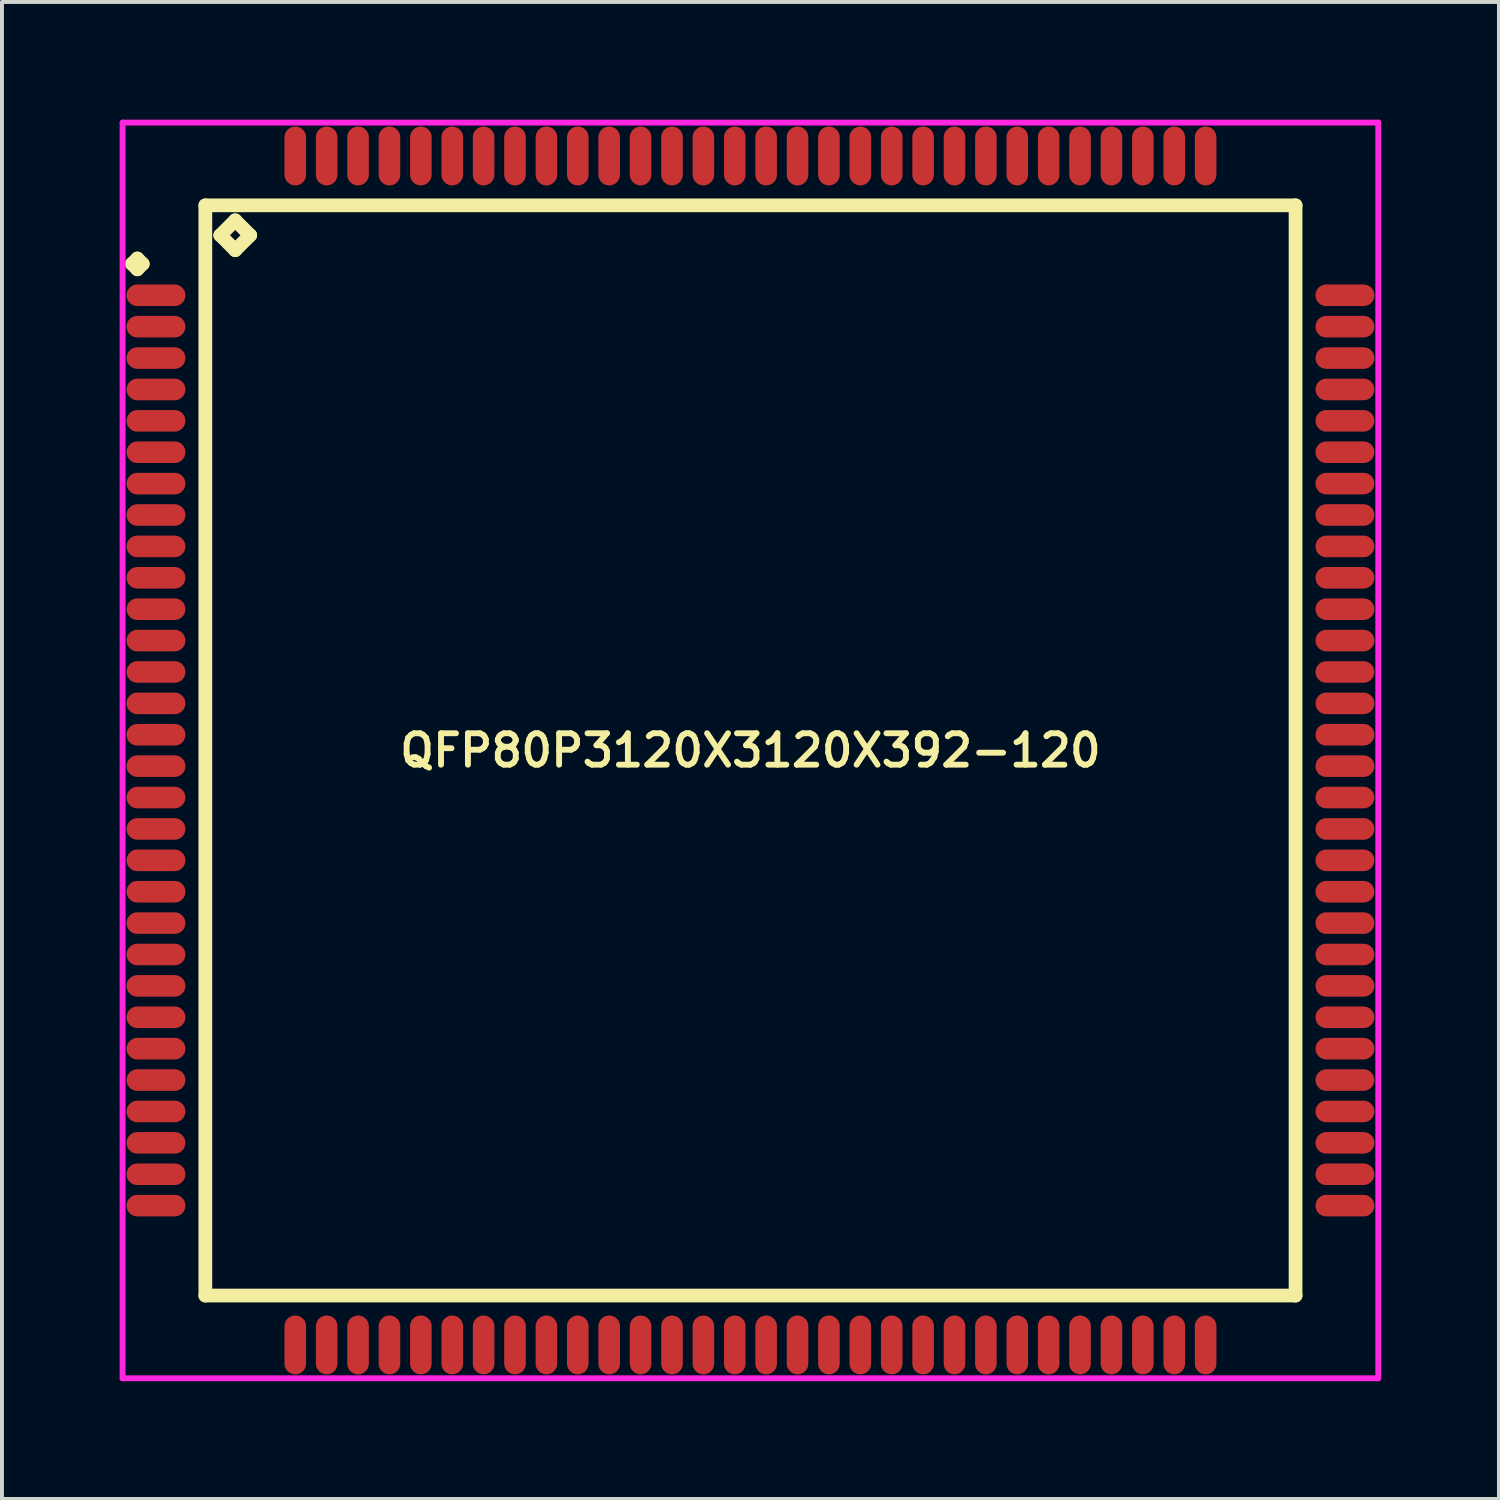
<source format=kicad_pcb>
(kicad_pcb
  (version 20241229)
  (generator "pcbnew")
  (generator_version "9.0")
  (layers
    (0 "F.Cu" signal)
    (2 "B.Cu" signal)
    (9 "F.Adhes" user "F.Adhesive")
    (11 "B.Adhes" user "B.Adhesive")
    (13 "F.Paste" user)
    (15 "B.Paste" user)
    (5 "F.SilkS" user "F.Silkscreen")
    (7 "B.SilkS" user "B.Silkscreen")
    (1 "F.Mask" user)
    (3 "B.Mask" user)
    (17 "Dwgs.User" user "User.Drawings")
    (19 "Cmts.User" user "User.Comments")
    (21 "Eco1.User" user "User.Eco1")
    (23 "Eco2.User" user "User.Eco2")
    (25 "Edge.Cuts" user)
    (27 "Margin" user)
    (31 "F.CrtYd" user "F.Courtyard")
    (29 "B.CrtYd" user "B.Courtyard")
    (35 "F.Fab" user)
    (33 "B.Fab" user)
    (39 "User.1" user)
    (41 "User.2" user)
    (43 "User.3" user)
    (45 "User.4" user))
  (footprint "QFP80P3120X3120X392-120"
    (layer "F.Cu")
    (at 16.075 16.075)
    (property "Reference" "QFP80P3120X3120X392-120" (at 0 0 0) (layer "F.SilkS") (effects (font (size 0.8 0.8) (thickness 0.15))))
    (attr through_hole)
    (fp_line (start -15.762 -12.4) (end -15.625 -12.537) (stroke (width 0.35) (type solid)) (layer "F.SilkS"))
    (fp_line (start -15.625 -12.537) (end -15.488 -12.4) (stroke (width 0.35) (type solid)) (layer "F.SilkS"))
    (fp_line (start -15.625 -12.262) (end -15.762 -12.4) (stroke (width 0.35) (type solid)) (layer "F.SilkS"))
    (fp_line (start -15.488 -12.4) (end -15.625 -12.262) (stroke (width 0.35) (type solid)) (layer "F.SilkS"))
    (fp_line (start -13.892 -13.892) (end -13.892 13.892) (stroke (width 0.35) (type solid)) (layer "F.SilkS"))
    (fp_line (start -13.892 13.892) (end 13.892 13.892) (stroke (width 0.35) (type solid)) (layer "F.SilkS"))
    (fp_line (start -13.511 -13.13) (end -13.13 -13.511) (stroke (width 0.35) (type solid)) (layer "F.SilkS"))
    (fp_line (start -13.13 -13.511) (end -12.749 -13.13) (stroke (width 0.35) (type solid)) (layer "F.SilkS"))
    (fp_line (start -13.13 -12.749) (end -13.511 -13.13) (stroke (width 0.35) (type solid)) (layer "F.SilkS"))
    (fp_line (start -12.749 -13.13) (end -13.13 -12.749) (stroke (width 0.35) (type solid)) (layer "F.SilkS"))
    (fp_line (start 13.892 -13.892) (end -13.892 -13.892) (stroke (width 0.35) (type solid)) (layer "F.SilkS"))
    (fp_line (start 13.892 13.892) (end 13.892 -13.892) (stroke (width 0.35) (type solid)) (layer "F.SilkS"))
    (fp_line (start -16 -16) (end 16 -16) (stroke (width 0.15) (type solid)) (layer "F.CrtYd"))
    (fp_line (start -16 16) (end -16 -16) (stroke (width 0.15) (type solid)) (layer "F.CrtYd"))
    (fp_line (start 16 -16) (end 16 16) (stroke (width 0.15) (type solid)) (layer "F.CrtYd"))
    (fp_line (start 16 16) (end -16 16) (stroke (width 0.15) (type solid)) (layer "F.CrtYd"))
    (pad "1" smd oval (at -15.15 -11.6) (size 1.5 0.55) (layers "F.Cu" "F.Mask" "F.Paste"))
    (pad "2" smd oval (at -15.15 -10.8) (size 1.5 0.55) (layers "F.Cu" "F.Mask" "F.Paste"))
    (pad "3" smd oval (at -15.15 -10) (size 1.5 0.55) (layers "F.Cu" "F.Mask" "F.Paste"))
    (pad "4" smd oval (at -15.15 -9.2) (size 1.5 0.55) (layers "F.Cu" "F.Mask" "F.Paste"))
    (pad "5" smd oval (at -15.15 -8.4) (size 1.5 0.55) (layers "F.Cu" "F.Mask" "F.Paste"))
    (pad "6" smd oval (at -15.15 -7.6) (size 1.5 0.55) (layers "F.Cu" "F.Mask" "F.Paste"))
    (pad "7" smd oval (at -15.15 -6.8) (size 1.5 0.55) (layers "F.Cu" "F.Mask" "F.Paste"))
    (pad "8" smd oval (at -15.15 -6) (size 1.5 0.55) (layers "F.Cu" "F.Mask" "F.Paste"))
    (pad "9" smd oval (at -15.15 -5.2) (size 1.5 0.55) (layers "F.Cu" "F.Mask" "F.Paste"))
    (pad "10" smd oval (at -15.15 -4.4) (size 1.5 0.55) (layers "F.Cu" "F.Mask" "F.Paste"))
    (pad "11" smd oval (at -15.15 -3.6) (size 1.5 0.55) (layers "F.Cu" "F.Mask" "F.Paste"))
    (pad "12" smd oval (at -15.15 -2.8) (size 1.5 0.55) (layers "F.Cu" "F.Mask" "F.Paste"))
    (pad "13" smd oval (at -15.15 -2) (size 1.5 0.55) (layers "F.Cu" "F.Mask" "F.Paste"))
    (pad "14" smd oval (at -15.15 -1.2) (size 1.5 0.55) (layers "F.Cu" "F.Mask" "F.Paste"))
    (pad "15" smd oval (at -15.15 -0.4) (size 1.5 0.55) (layers "F.Cu" "F.Mask" "F.Paste"))
    (pad "16" smd oval (at -15.15 0.4) (size 1.5 0.55) (layers "F.Cu" "F.Mask" "F.Paste"))
    (pad "17" smd oval (at -15.15 1.2) (size 1.5 0.55) (layers "F.Cu" "F.Mask" "F.Paste"))
    (pad "18" smd oval (at -15.15 2) (size 1.5 0.55) (layers "F.Cu" "F.Mask" "F.Paste"))
    (pad "19" smd oval (at -15.15 2.8) (size 1.5 0.55) (layers "F.Cu" "F.Mask" "F.Paste"))
    (pad "20" smd oval (at -15.15 3.6) (size 1.5 0.55) (layers "F.Cu" "F.Mask" "F.Paste"))
    (pad "21" smd oval (at -15.15 4.4) (size 1.5 0.55) (layers "F.Cu" "F.Mask" "F.Paste"))
    (pad "22" smd oval (at -15.15 5.2) (size 1.5 0.55) (layers "F.Cu" "F.Mask" "F.Paste"))
    (pad "23" smd oval (at -15.15 6) (size 1.5 0.55) (layers "F.Cu" "F.Mask" "F.Paste"))
    (pad "24" smd oval (at -15.15 6.8) (size 1.5 0.55) (layers "F.Cu" "F.Mask" "F.Paste"))
    (pad "25" smd oval (at -15.15 7.6) (size 1.5 0.55) (layers "F.Cu" "F.Mask" "F.Paste"))
    (pad "26" smd oval (at -15.15 8.4) (size 1.5 0.55) (layers "F.Cu" "F.Mask" "F.Paste"))
    (pad "27" smd oval (at -15.15 9.2) (size 1.5 0.55) (layers "F.Cu" "F.Mask" "F.Paste"))
    (pad "28" smd oval (at -15.15 10) (size 1.5 0.55) (layers "F.Cu" "F.Mask" "F.Paste"))
    (pad "29" smd oval (at -15.15 10.8) (size 1.5 0.55) (layers "F.Cu" "F.Mask" "F.Paste"))
    (pad "30" smd oval (at -15.15 11.6) (size 1.5 0.55) (layers "F.Cu" "F.Mask" "F.Paste"))
    (pad "31" smd oval (at -11.6 15.15) (size 0.55 1.5) (layers "F.Cu" "F.Mask" "F.Paste"))
    (pad "32" smd oval (at -10.8 15.15) (size 0.55 1.5) (layers "F.Cu" "F.Mask" "F.Paste"))
    (pad "33" smd oval (at -10 15.15) (size 0.55 1.5) (layers "F.Cu" "F.Mask" "F.Paste"))
    (pad "34" smd oval (at -9.2 15.15) (size 0.55 1.5) (layers "F.Cu" "F.Mask" "F.Paste"))
    (pad "35" smd oval (at -8.4 15.15) (size 0.55 1.5) (layers "F.Cu" "F.Mask" "F.Paste"))
    (pad "36" smd oval (at -7.6 15.15) (size 0.55 1.5) (layers "F.Cu" "F.Mask" "F.Paste"))
    (pad "37" smd oval (at -6.8 15.15) (size 0.55 1.5) (layers "F.Cu" "F.Mask" "F.Paste"))
    (pad "38" smd oval (at -6 15.15) (size 0.55 1.5) (layers "F.Cu" "F.Mask" "F.Paste"))
    (pad "39" smd oval (at -5.2 15.15) (size 0.55 1.5) (layers "F.Cu" "F.Mask" "F.Paste"))
    (pad "40" smd oval (at -4.4 15.15) (size 0.55 1.5) (layers "F.Cu" "F.Mask" "F.Paste"))
    (pad "41" smd oval (at -3.6 15.15) (size 0.55 1.5) (layers "F.Cu" "F.Mask" "F.Paste"))
    (pad "42" smd oval (at -2.8 15.15) (size 0.55 1.5) (layers "F.Cu" "F.Mask" "F.Paste"))
    (pad "43" smd oval (at -2 15.15) (size 0.55 1.5) (layers "F.Cu" "F.Mask" "F.Paste"))
    (pad "44" smd oval (at -1.2 15.15) (size 0.55 1.5) (layers "F.Cu" "F.Mask" "F.Paste"))
    (pad "45" smd oval (at -0.4 15.15) (size 0.55 1.5) (layers "F.Cu" "F.Mask" "F.Paste"))
    (pad "46" smd oval (at 0.4 15.15) (size 0.55 1.5) (layers "F.Cu" "F.Mask" "F.Paste"))
    (pad "47" smd oval (at 1.2 15.15) (size 0.55 1.5) (layers "F.Cu" "F.Mask" "F.Paste"))
    (pad "48" smd oval (at 2 15.15) (size 0.55 1.5) (layers "F.Cu" "F.Mask" "F.Paste"))
    (pad "49" smd oval (at 2.8 15.15) (size 0.55 1.5) (layers "F.Cu" "F.Mask" "F.Paste"))
    (pad "50" smd oval (at 3.6 15.15) (size 0.55 1.5) (layers "F.Cu" "F.Mask" "F.Paste"))
    (pad "51" smd oval (at 4.4 15.15) (size 0.55 1.5) (layers "F.Cu" "F.Mask" "F.Paste"))
    (pad "52" smd oval (at 5.2 15.15) (size 0.55 1.5) (layers "F.Cu" "F.Mask" "F.Paste"))
    (pad "53" smd oval (at 6 15.15) (size 0.55 1.5) (layers "F.Cu" "F.Mask" "F.Paste"))
    (pad "54" smd oval (at 6.8 15.15) (size 0.55 1.5) (layers "F.Cu" "F.Mask" "F.Paste"))
    (pad "55" smd oval (at 7.6 15.15) (size 0.55 1.5) (layers "F.Cu" "F.Mask" "F.Paste"))
    (pad "56" smd oval (at 8.4 15.15) (size 0.55 1.5) (layers "F.Cu" "F.Mask" "F.Paste"))
    (pad "57" smd oval (at 9.2 15.15) (size 0.55 1.5) (layers "F.Cu" "F.Mask" "F.Paste"))
    (pad "58" smd oval (at 10 15.15) (size 0.55 1.5) (layers "F.Cu" "F.Mask" "F.Paste"))
    (pad "59" smd oval (at 10.8 15.15) (size 0.55 1.5) (layers "F.Cu" "F.Mask" "F.Paste"))
    (pad "60" smd oval (at 11.6 15.15) (size 0.55 1.5) (layers "F.Cu" "F.Mask" "F.Paste"))
    (pad "61" smd oval (at 15.15 11.6) (size 1.5 0.55) (layers "F.Cu" "F.Mask" "F.Paste"))
    (pad "62" smd oval (at 15.15 10.8) (size 1.5 0.55) (layers "F.Cu" "F.Mask" "F.Paste"))
    (pad "63" smd oval (at 15.15 10) (size 1.5 0.55) (layers "F.Cu" "F.Mask" "F.Paste"))
    (pad "64" smd oval (at 15.15 9.2) (size 1.5 0.55) (layers "F.Cu" "F.Mask" "F.Paste"))
    (pad "65" smd oval (at 15.15 8.4) (size 1.5 0.55) (layers "F.Cu" "F.Mask" "F.Paste"))
    (pad "66" smd oval (at 15.15 7.6) (size 1.5 0.55) (layers "F.Cu" "F.Mask" "F.Paste"))
    (pad "67" smd oval (at 15.15 6.8) (size 1.5 0.55) (layers "F.Cu" "F.Mask" "F.Paste"))
    (pad "68" smd oval (at 15.15 6) (size 1.5 0.55) (layers "F.Cu" "F.Mask" "F.Paste"))
    (pad "69" smd oval (at 15.15 5.2) (size 1.5 0.55) (layers "F.Cu" "F.Mask" "F.Paste"))
    (pad "70" smd oval (at 15.15 4.4) (size 1.5 0.55) (layers "F.Cu" "F.Mask" "F.Paste"))
    (pad "71" smd oval (at 15.15 3.6) (size 1.5 0.55) (layers "F.Cu" "F.Mask" "F.Paste"))
    (pad "72" smd oval (at 15.15 2.8) (size 1.5 0.55) (layers "F.Cu" "F.Mask" "F.Paste"))
    (pad "73" smd oval (at 15.15 2) (size 1.5 0.55) (layers "F.Cu" "F.Mask" "F.Paste"))
    (pad "74" smd oval (at 15.15 1.2) (size 1.5 0.55) (layers "F.Cu" "F.Mask" "F.Paste"))
    (pad "75" smd oval (at 15.15 0.4) (size 1.5 0.55) (layers "F.Cu" "F.Mask" "F.Paste"))
    (pad "76" smd oval (at 15.15 -0.4) (size 1.5 0.55) (layers "F.Cu" "F.Mask" "F.Paste"))
    (pad "77" smd oval (at 15.15 -1.2) (size 1.5 0.55) (layers "F.Cu" "F.Mask" "F.Paste"))
    (pad "78" smd oval (at 15.15 -2) (size 1.5 0.55) (layers "F.Cu" "F.Mask" "F.Paste"))
    (pad "79" smd oval (at 15.15 -2.8) (size 1.5 0.55) (layers "F.Cu" "F.Mask" "F.Paste"))
    (pad "80" smd oval (at 15.15 -3.6) (size 1.5 0.55) (layers "F.Cu" "F.Mask" "F.Paste"))
    (pad "81" smd oval (at 15.15 -4.4) (size 1.5 0.55) (layers "F.Cu" "F.Mask" "F.Paste"))
    (pad "82" smd oval (at 15.15 -5.2) (size 1.5 0.55) (layers "F.Cu" "F.Mask" "F.Paste"))
    (pad "83" smd oval (at 15.15 -6) (size 1.5 0.55) (layers "F.Cu" "F.Mask" "F.Paste"))
    (pad "84" smd oval (at 15.15 -6.8) (size 1.5 0.55) (layers "F.Cu" "F.Mask" "F.Paste"))
    (pad "85" smd oval (at 15.15 -7.6) (size 1.5 0.55) (layers "F.Cu" "F.Mask" "F.Paste"))
    (pad "86" smd oval (at 15.15 -8.4) (size 1.5 0.55) (layers "F.Cu" "F.Mask" "F.Paste"))
    (pad "87" smd oval (at 15.15 -9.2) (size 1.5 0.55) (layers "F.Cu" "F.Mask" "F.Paste"))
    (pad "88" smd oval (at 15.15 -10) (size 1.5 0.55) (layers "F.Cu" "F.Mask" "F.Paste"))
    (pad "89" smd oval (at 15.15 -10.8) (size 1.5 0.55) (layers "F.Cu" "F.Mask" "F.Paste"))
    (pad "90" smd oval (at 15.15 -11.6) (size 1.5 0.55) (layers "F.Cu" "F.Mask" "F.Paste"))
    (pad "91" smd oval (at 11.6 -15.15) (size 0.55 1.5) (layers "F.Cu" "F.Mask" "F.Paste"))
    (pad "92" smd oval (at 10.8 -15.15) (size 0.55 1.5) (layers "F.Cu" "F.Mask" "F.Paste"))
    (pad "93" smd oval (at 10 -15.15) (size 0.55 1.5) (layers "F.Cu" "F.Mask" "F.Paste"))
    (pad "94" smd oval (at 9.2 -15.15) (size 0.55 1.5) (layers "F.Cu" "F.Mask" "F.Paste"))
    (pad "95" smd oval (at 8.4 -15.15) (size 0.55 1.5) (layers "F.Cu" "F.Mask" "F.Paste"))
    (pad "96" smd oval (at 7.6 -15.15) (size 0.55 1.5) (layers "F.Cu" "F.Mask" "F.Paste"))
    (pad "97" smd oval (at 6.8 -15.15) (size 0.55 1.5) (layers "F.Cu" "F.Mask" "F.Paste"))
    (pad "98" smd oval (at 6 -15.15) (size 0.55 1.5) (layers "F.Cu" "F.Mask" "F.Paste"))
    (pad "99" smd oval (at 5.2 -15.15) (size 0.55 1.5) (layers "F.Cu" "F.Mask" "F.Paste"))
    (pad "100" smd oval (at 4.4 -15.15) (size 0.55 1.5) (layers "F.Cu" "F.Mask" "F.Paste"))
    (pad "101" smd oval (at 3.6 -15.15) (size 0.55 1.5) (layers "F.Cu" "F.Mask" "F.Paste"))
    (pad "102" smd oval (at 2.8 -15.15) (size 0.55 1.5) (layers "F.Cu" "F.Mask" "F.Paste"))
    (pad "103" smd oval (at 2 -15.15) (size 0.55 1.5) (layers "F.Cu" "F.Mask" "F.Paste"))
    (pad "104" smd oval (at 1.2 -15.15) (size 0.55 1.5) (layers "F.Cu" "F.Mask" "F.Paste"))
    (pad "105" smd oval (at 0.4 -15.15) (size 0.55 1.5) (layers "F.Cu" "F.Mask" "F.Paste"))
    (pad "106" smd oval (at -0.4 -15.15) (size 0.55 1.5) (layers "F.Cu" "F.Mask" "F.Paste"))
    (pad "107" smd oval (at -1.2 -15.15) (size 0.55 1.5) (layers "F.Cu" "F.Mask" "F.Paste"))
    (pad "108" smd oval (at -2 -15.15) (size 0.55 1.5) (layers "F.Cu" "F.Mask" "F.Paste"))
    (pad "109" smd oval (at -2.8 -15.15) (size 0.55 1.5) (layers "F.Cu" "F.Mask" "F.Paste"))
    (pad "110" smd oval (at -3.6 -15.15) (size 0.55 1.5) (layers "F.Cu" "F.Mask" "F.Paste"))
    (pad "111" smd oval (at -4.4 -15.15) (size 0.55 1.5) (layers "F.Cu" "F.Mask" "F.Paste"))
    (pad "112" smd oval (at -5.2 -15.15) (size 0.55 1.5) (layers "F.Cu" "F.Mask" "F.Paste"))
    (pad "113" smd oval (at -6 -15.15) (size 0.55 1.5) (layers "F.Cu" "F.Mask" "F.Paste"))
    (pad "114" smd oval (at -6.8 -15.15) (size 0.55 1.5) (layers "F.Cu" "F.Mask" "F.Paste"))
    (pad "115" smd oval (at -7.6 -15.15) (size 0.55 1.5) (layers "F.Cu" "F.Mask" "F.Paste"))
    (pad "116" smd oval (at -8.4 -15.15) (size 0.55 1.5) (layers "F.Cu" "F.Mask" "F.Paste"))
    (pad "117" smd oval (at -9.2 -15.15) (size 0.55 1.5) (layers "F.Cu" "F.Mask" "F.Paste"))
    (pad "118" smd oval (at -10 -15.15) (size 0.55 1.5) (layers "F.Cu" "F.Mask" "F.Paste"))
    (pad "119" smd oval (at -10.8 -15.15) (size 0.55 1.5) (layers "F.Cu" "F.Mask" "F.Paste"))
    (pad "120" smd oval (at -11.6 -15.15) (size 0.55 1.5) (layers "F.Cu" "F.Mask" "F.Paste")))
  (gr_rect
    (start -3 -3)
    (end 35.15 35.15)
    (stroke (width 0.1) (type default))
    (fill no)
    (layer "Edge.Cuts")))
</source>
